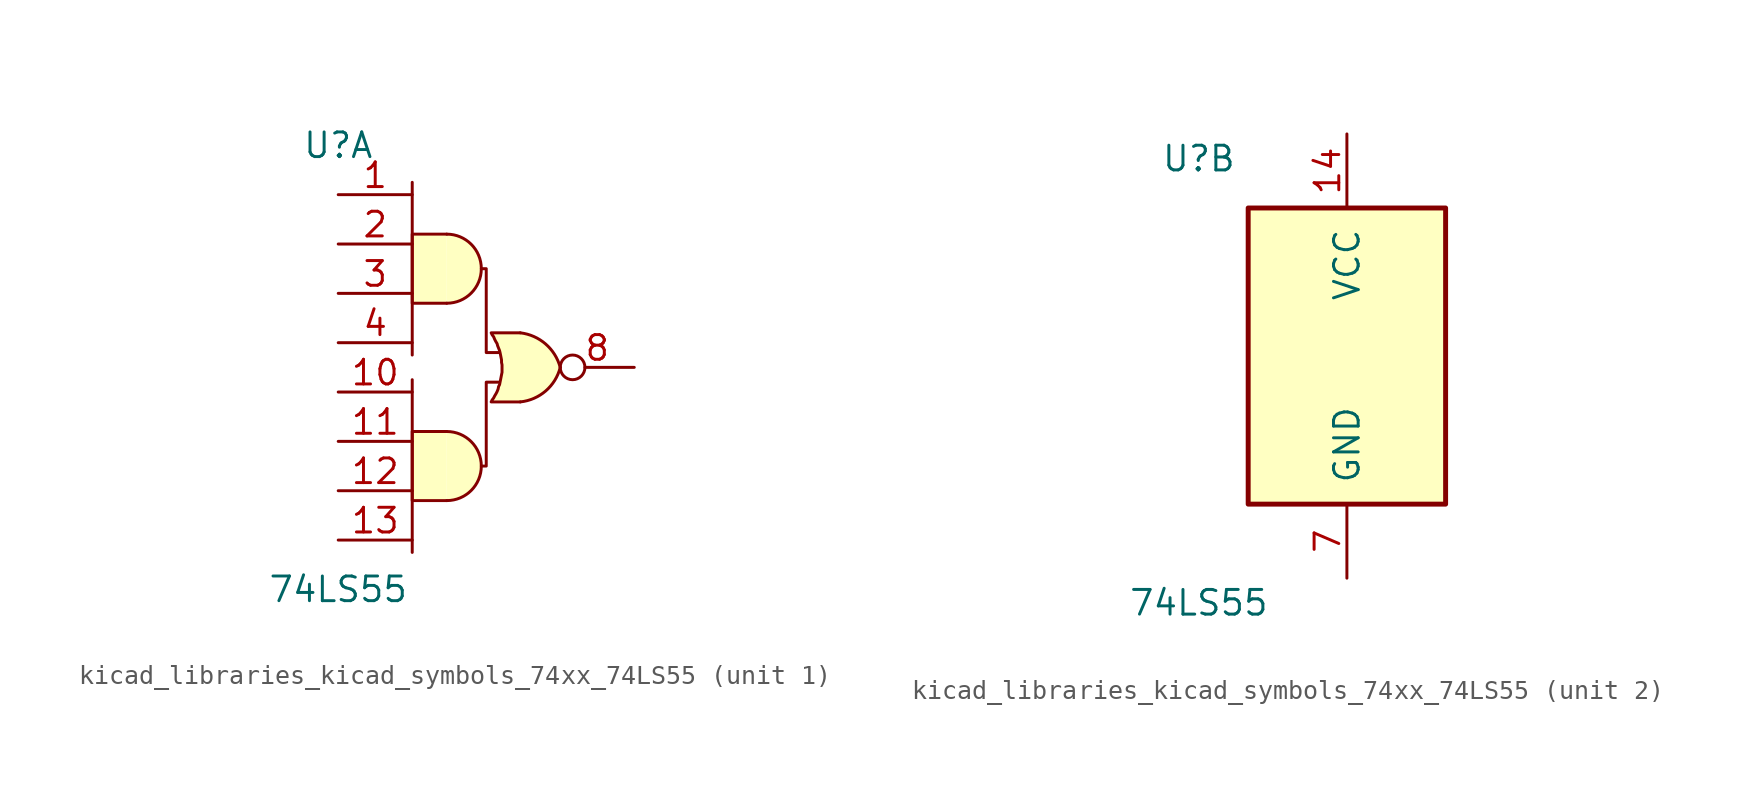
<source format=kicad_sym>
(kicad_symbol_lib
  (version 20220914)
  (generator kicad_symbol_editor)
  (symbol "kicad_libraries_kicad_symbols_74xx_74LS55"
    (pin_names
      (offset 1.016))
    (property "Reference" "U"
      (at -7.62 10.16 0)
      (effects (font (size 1.27 1.27))))
    (property "Value" "74LS55"
      (at -7.62 -12.7 0)
      (effects (font (size 1.27 1.27))))
    (property "ki_locked" ""
      (at 0 0 0)
      (effects (font (size 1.27 1.27))))
    (symbol "kicad_libraries_kicad_symbols_74xx_74LS55_1_0"
      (arc (start -2.032 -8.128) (mid -0.2617 -6.35) (end -2.032 -4.572) (stroke (width 0) (type default)) (fill (type background)))
      (arc (start -2.032 2.032) (mid -0.2617 3.81) (end -2.032 5.588) (stroke (width 0) (type default)) (fill (type background)))
      (polyline (pts (xy -3.81 -1.905) (xy -3.81 -10.795)) (stroke (width 0) (type default)) (fill (type none)))
      (polyline (pts (xy -3.81 8.255) (xy -3.81 -0.635)) (stroke (width 0) (type default)) (fill (type none)))
      (polyline (pts (xy -2.032 -4.572) (xy -3.81 -4.572) (xy -3.81 -8.128) (xy -2.032 -8.128)) (stroke (width 0) (type default)) (fill (type background)))
      (polyline (pts (xy -2.032 5.588) (xy -3.81 5.588) (xy -3.81 2.032) (xy -2.032 2.032)) (stroke (width 0) (type default)) (fill (type background)))
      (polyline (pts (xy -0.254 3.81) (xy 0 3.81) (xy 0 -0.508) (xy 0.635 -0.508)) (stroke (width 0) (type default)) (fill (type none)))
      (polyline (pts (xy 0.635 -2.032) (xy 0 -2.032) (xy 0 -6.35) (xy -0.254 -6.35)) (stroke (width 0) (type default)) (fill (type none)))
      (polyline (pts (xy 1.753 0.508) (xy 0.254 0.508) (xy 0.254 0.508) (xy 0.305 0.406) (xy 0.381 0.305) (xy 0.432 0.178) (xy 0.483 0.076) (xy 0.559 -0.051) (xy 0.584 -0.152) (xy 0.635 -0.279) (xy 0.686 -0.406) (xy 0.711 -0.508) (xy 0.737 -0.635) (xy 0.762 -0.762) (xy 0.787 -0.889) (xy 0.787 -1.016) (xy 0.813 -1.143) (xy 0.813 -1.27) (xy 0.813 -1.397) (xy 0.813 -1.524) (xy 0.787 -1.651) (xy 0.762 -1.778) (xy 0.737 -1.905) (xy 0.711 -2.032) (xy 0.686 -2.159) (xy 0.635 -2.261) (xy 0.61 -2.388) (xy 0.559 -2.515) (xy 0.508 -2.616) (xy 0.432 -2.743) (xy 0.381 -2.845) (xy 0.305 -2.946) (xy 0.254 -3.048) (xy 0.254 -3.048) (xy 1.753 -3.048)) (stroke (width 0.152) (type default)) (fill (type background)))
      (arc (start 1.7526 -3.048) (mid 3.0627 -2.4821) (end 3.81 -1.27) (stroke (width 0.1524) (type default)) (fill (type background)))
      (arc (start 3.81 -1.27) (mid 3.0558 -0.0659) (end 1.7526 0.508) (stroke (width 0.1524) (type default)) (fill (type background)))
      (pin input line (at -7.62 7.62 0) (length 3.81) (name "~" (effects (font (size 1.27 1.27)))) (number "1" (effects (font (size 1.27 1.27)))))
      (pin input line (at -7.62 -2.54 0) (length 3.81) (name "~" (effects (font (size 1.27 1.27)))) (number "10" (effects (font (size 1.27 1.27)))))
      (pin input line (at -7.62 -5.08 0) (length 3.81) (name "~" (effects (font (size 1.27 1.27)))) (number "11" (effects (font (size 1.27 1.27)))))
      (pin input line (at -7.62 -7.62 0) (length 3.81) (name "~" (effects (font (size 1.27 1.27)))) (number "12" (effects (font (size 1.27 1.27)))))
      (pin input line (at -7.62 -10.16 0) (length 3.81) (name "~" (effects (font (size 1.27 1.27)))) (number "13" (effects (font (size 1.27 1.27)))))
      (pin input line (at -7.62 5.08 0) (length 3.81) (name "~" (effects (font (size 1.27 1.27)))) (number "2" (effects (font (size 1.27 1.27)))))
      (pin input line (at -7.62 2.54 0) (length 3.81) (name "~" (effects (font (size 1.27 1.27)))) (number "3" (effects (font (size 1.27 1.27)))))
      (pin input line (at -7.62 0 0) (length 3.81) (name "~" (effects (font (size 1.27 1.27)))) (number "4" (effects (font (size 1.27 1.27)))))
      (pin output inverted (at 7.62 -1.27 180) (length 3.81) (name "~" (effects (font (size 1.27 1.27)))) (number "8" (effects (font (size 1.27 1.27))))))
    (symbol "kicad_libraries_kicad_symbols_74xx_74LS55_2_0"
      (pin power_in line (at 0 11.43 270) (length 3.81) (name "VCC" (effects (font (size 1.27 1.27)))) (number "14" (effects (font (size 1.27 1.27)))))
      (pin power_in line (at 0 -11.43 90) (length 3.81) (name "GND" (effects (font (size 1.27 1.27)))) (number "7" (effects (font (size 1.27 1.27))))))
    (symbol "kicad_libraries_kicad_symbols_74xx_74LS55_2_1"
      (rectangle (start -5.08 7.62) (end 5.08 -7.62) (stroke (width 0.254) (type default)) (fill (type background))))))
</source>
